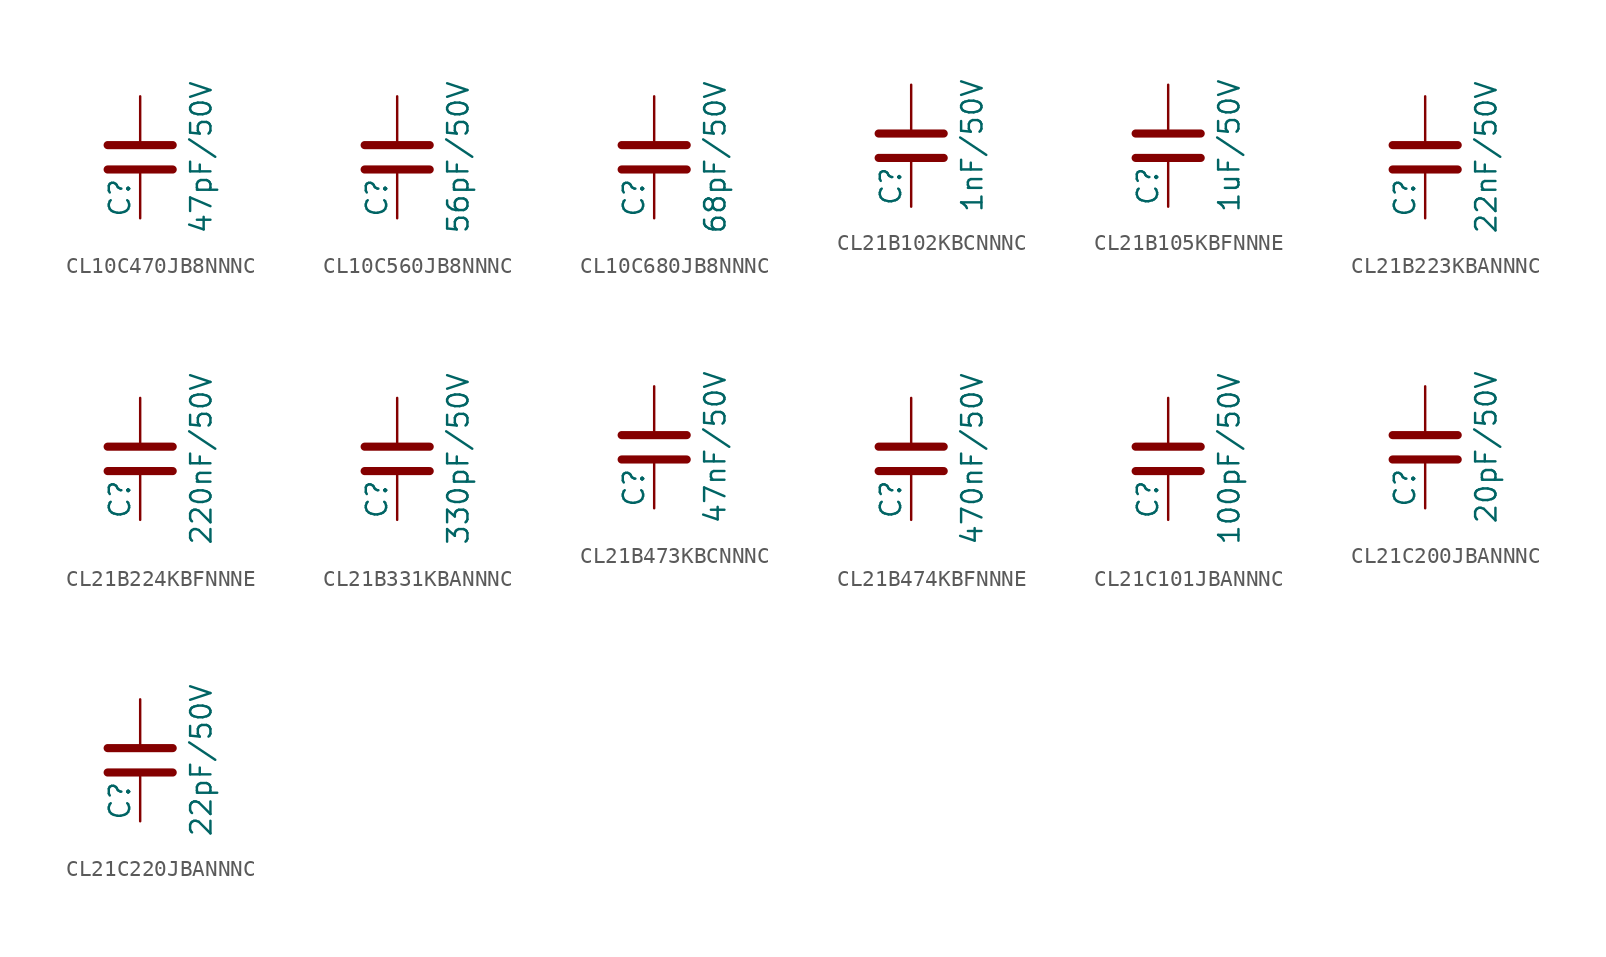
<source format=kicad_sym>
(kicad_symbol_lib
  (version 20211014)
  (generator conandllu_kicad_symbol_generator_20230922_18:37:20)
  (symbol "CL10C470JB8NNNC"
    (pin_numbers hide)
    (pin_names
      (offset 0.254))
    (property "Reference" "C"
      (at -1.27 -3.81 90)
      (effects (font (size 1.27 1.27)) (justify left)))
    (property "Value" "47pF/50V"
      (at 3.81 0 90)
      (effects (font (size 1.27 1.27))))
    (symbol "CL10C470JB8NNNC_0_1"
      (polyline (pts (xy -2.032 -0.762) (xy 2.032 -0.762)) (stroke (width 0.508) (type default)) (fill (type none)))
      (polyline (pts (xy -2.032 0.762) (xy 2.032 0.762)) (stroke (width 0.508) (type default)) (fill (type none))))
    (symbol "CL10C470JB8NNNC_1_1"
      (pin passive line (at 0 3.81 270) (length 2.794) (name "~" (effects (font (size 1.27 1.27)))) (number "1" (effects (font (size 1.27 1.27)))))
      (pin passive line (at 0 -3.81 90) (length 2.794) (name "~" (effects (font (size 1.27 1.27)))) (number "2" (effects (font (size 1.27 1.27)))))))
  (symbol "CL10C560JB8NNNC"
    (pin_numbers hide)
    (pin_names
      (offset 0.254))
    (property "Reference" "C"
      (at -1.27 -3.81 90)
      (effects (font (size 1.27 1.27)) (justify left)))
    (property "Value" "56pF/50V"
      (at 3.81 0 90)
      (effects (font (size 1.27 1.27))))
    (symbol "CL10C560JB8NNNC_0_1"
      (polyline (pts (xy -2.032 -0.762) (xy 2.032 -0.762)) (stroke (width 0.508) (type default)) (fill (type none)))
      (polyline (pts (xy -2.032 0.762) (xy 2.032 0.762)) (stroke (width 0.508) (type default)) (fill (type none))))
    (symbol "CL10C560JB8NNNC_1_1"
      (pin passive line (at 0 3.81 270) (length 2.794) (name "~" (effects (font (size 1.27 1.27)))) (number "1" (effects (font (size 1.27 1.27)))))
      (pin passive line (at 0 -3.81 90) (length 2.794) (name "~" (effects (font (size 1.27 1.27)))) (number "2" (effects (font (size 1.27 1.27)))))))
  (symbol "CL10C680JB8NNNC"
    (pin_numbers hide)
    (pin_names
      (offset 0.254))
    (property "Reference" "C"
      (at -1.27 -3.81 90)
      (effects (font (size 1.27 1.27)) (justify left)))
    (property "Value" "68pF/50V"
      (at 3.81 0 90)
      (effects (font (size 1.27 1.27))))
    (symbol "CL10C680JB8NNNC_0_1"
      (polyline (pts (xy -2.032 -0.762) (xy 2.032 -0.762)) (stroke (width 0.508) (type default)) (fill (type none)))
      (polyline (pts (xy -2.032 0.762) (xy 2.032 0.762)) (stroke (width 0.508) (type default)) (fill (type none))))
    (symbol "CL10C680JB8NNNC_1_1"
      (pin passive line (at 0 3.81 270) (length 2.794) (name "~" (effects (font (size 1.27 1.27)))) (number "1" (effects (font (size 1.27 1.27)))))
      (pin passive line (at 0 -3.81 90) (length 2.794) (name "~" (effects (font (size 1.27 1.27)))) (number "2" (effects (font (size 1.27 1.27)))))))
  (symbol "CL21B102KBCNNNC"
    (pin_numbers hide)
    (pin_names
      (offset 0.254))
    (property "Reference" "C"
      (at -1.27 -3.81 90)
      (effects (font (size 1.27 1.27)) (justify left)))
    (property "Value" "1nF/50V"
      (at 3.81 0 90)
      (effects (font (size 1.27 1.27))))
    (symbol "CL21B102KBCNNNC_0_1"
      (polyline (pts (xy -2.032 -0.762) (xy 2.032 -0.762)) (stroke (width 0.508) (type default)) (fill (type none)))
      (polyline (pts (xy -2.032 0.762) (xy 2.032 0.762)) (stroke (width 0.508) (type default)) (fill (type none))))
    (symbol "CL21B102KBCNNNC_1_1"
      (pin passive line (at 0 3.81 270) (length 2.794) (name "~" (effects (font (size 1.27 1.27)))) (number "1" (effects (font (size 1.27 1.27)))))
      (pin passive line (at 0 -3.81 90) (length 2.794) (name "~" (effects (font (size 1.27 1.27)))) (number "2" (effects (font (size 1.27 1.27)))))))
  (symbol "CL21B105KBFNNNE"
    (pin_numbers hide)
    (pin_names
      (offset 0.254))
    (property "Reference" "C"
      (at -1.27 -3.81 90)
      (effects (font (size 1.27 1.27)) (justify left)))
    (property "Value" "1uF/50V"
      (at 3.81 0 90)
      (effects (font (size 1.27 1.27))))
    (symbol "CL21B105KBFNNNE_0_1"
      (polyline (pts (xy -2.032 -0.762) (xy 2.032 -0.762)) (stroke (width 0.508) (type default)) (fill (type none)))
      (polyline (pts (xy -2.032 0.762) (xy 2.032 0.762)) (stroke (width 0.508) (type default)) (fill (type none))))
    (symbol "CL21B105KBFNNNE_1_1"
      (pin passive line (at 0 3.81 270) (length 2.794) (name "~" (effects (font (size 1.27 1.27)))) (number "1" (effects (font (size 1.27 1.27)))))
      (pin passive line (at 0 -3.81 90) (length 2.794) (name "~" (effects (font (size 1.27 1.27)))) (number "2" (effects (font (size 1.27 1.27)))))))
  (symbol "CL21B223KBANNNC"
    (pin_numbers hide)
    (pin_names
      (offset 0.254))
    (property "Reference" "C"
      (at -1.27 -3.81 90)
      (effects (font (size 1.27 1.27)) (justify left)))
    (property "Value" "22nF/50V"
      (at 3.81 0 90)
      (effects (font (size 1.27 1.27))))
    (symbol "CL21B223KBANNNC_0_1"
      (polyline (pts (xy -2.032 -0.762) (xy 2.032 -0.762)) (stroke (width 0.508) (type default)) (fill (type none)))
      (polyline (pts (xy -2.032 0.762) (xy 2.032 0.762)) (stroke (width 0.508) (type default)) (fill (type none))))
    (symbol "CL21B223KBANNNC_1_1"
      (pin passive line (at 0 3.81 270) (length 2.794) (name "~" (effects (font (size 1.27 1.27)))) (number "1" (effects (font (size 1.27 1.27)))))
      (pin passive line (at 0 -3.81 90) (length 2.794) (name "~" (effects (font (size 1.27 1.27)))) (number "2" (effects (font (size 1.27 1.27)))))))
  (symbol "CL21B224KBFNNNE"
    (pin_numbers hide)
    (pin_names
      (offset 0.254))
    (property "Reference" "C"
      (at -1.27 -3.81 90)
      (effects (font (size 1.27 1.27)) (justify left)))
    (property "Value" "220nF/50V"
      (at 3.81 0 90)
      (effects (font (size 1.27 1.27))))
    (symbol "CL21B224KBFNNNE_0_1"
      (polyline (pts (xy -2.032 -0.762) (xy 2.032 -0.762)) (stroke (width 0.508) (type default)) (fill (type none)))
      (polyline (pts (xy -2.032 0.762) (xy 2.032 0.762)) (stroke (width 0.508) (type default)) (fill (type none))))
    (symbol "CL21B224KBFNNNE_1_1"
      (pin passive line (at 0 3.81 270) (length 2.794) (name "~" (effects (font (size 1.27 1.27)))) (number "1" (effects (font (size 1.27 1.27)))))
      (pin passive line (at 0 -3.81 90) (length 2.794) (name "~" (effects (font (size 1.27 1.27)))) (number "2" (effects (font (size 1.27 1.27)))))))
  (symbol "CL21B331KBANNNC"
    (pin_numbers hide)
    (pin_names
      (offset 0.254))
    (property "Reference" "C"
      (at -1.27 -3.81 90)
      (effects (font (size 1.27 1.27)) (justify left)))
    (property "Value" "330pF/50V"
      (at 3.81 0 90)
      (effects (font (size 1.27 1.27))))
    (symbol "CL21B331KBANNNC_0_1"
      (polyline (pts (xy -2.032 -0.762) (xy 2.032 -0.762)) (stroke (width 0.508) (type default)) (fill (type none)))
      (polyline (pts (xy -2.032 0.762) (xy 2.032 0.762)) (stroke (width 0.508) (type default)) (fill (type none))))
    (symbol "CL21B331KBANNNC_1_1"
      (pin passive line (at 0 3.81 270) (length 2.794) (name "~" (effects (font (size 1.27 1.27)))) (number "1" (effects (font (size 1.27 1.27)))))
      (pin passive line (at 0 -3.81 90) (length 2.794) (name "~" (effects (font (size 1.27 1.27)))) (number "2" (effects (font (size 1.27 1.27)))))))
  (symbol "CL21B473KBCNNNC"
    (pin_numbers hide)
    (pin_names
      (offset 0.254))
    (property "Reference" "C"
      (at -1.27 -3.81 90)
      (effects (font (size 1.27 1.27)) (justify left)))
    (property "Value" "47nF/50V"
      (at 3.81 0 90)
      (effects (font (size 1.27 1.27))))
    (symbol "CL21B473KBCNNNC_0_1"
      (polyline (pts (xy -2.032 -0.762) (xy 2.032 -0.762)) (stroke (width 0.508) (type default)) (fill (type none)))
      (polyline (pts (xy -2.032 0.762) (xy 2.032 0.762)) (stroke (width 0.508) (type default)) (fill (type none))))
    (symbol "CL21B473KBCNNNC_1_1"
      (pin passive line (at 0 3.81 270) (length 2.794) (name "~" (effects (font (size 1.27 1.27)))) (number "1" (effects (font (size 1.27 1.27)))))
      (pin passive line (at 0 -3.81 90) (length 2.794) (name "~" (effects (font (size 1.27 1.27)))) (number "2" (effects (font (size 1.27 1.27)))))))
  (symbol "CL21B474KBFNNNE"
    (pin_numbers hide)
    (pin_names
      (offset 0.254))
    (property "Reference" "C"
      (at -1.27 -3.81 90)
      (effects (font (size 1.27 1.27)) (justify left)))
    (property "Value" "470nF/50V"
      (at 3.81 0 90)
      (effects (font (size 1.27 1.27))))
    (symbol "CL21B474KBFNNNE_0_1"
      (polyline (pts (xy -2.032 -0.762) (xy 2.032 -0.762)) (stroke (width 0.508) (type default)) (fill (type none)))
      (polyline (pts (xy -2.032 0.762) (xy 2.032 0.762)) (stroke (width 0.508) (type default)) (fill (type none))))
    (symbol "CL21B474KBFNNNE_1_1"
      (pin passive line (at 0 3.81 270) (length 2.794) (name "~" (effects (font (size 1.27 1.27)))) (number "1" (effects (font (size 1.27 1.27)))))
      (pin passive line (at 0 -3.81 90) (length 2.794) (name "~" (effects (font (size 1.27 1.27)))) (number "2" (effects (font (size 1.27 1.27)))))))
  (symbol "CL21C101JBANNNC"
    (pin_numbers hide)
    (pin_names
      (offset 0.254))
    (property "Reference" "C"
      (at -1.27 -3.81 90)
      (effects (font (size 1.27 1.27)) (justify left)))
    (property "Value" "100pF/50V"
      (at 3.81 0 90)
      (effects (font (size 1.27 1.27))))
    (symbol "CL21C101JBANNNC_0_1"
      (polyline (pts (xy -2.032 -0.762) (xy 2.032 -0.762)) (stroke (width 0.508) (type default)) (fill (type none)))
      (polyline (pts (xy -2.032 0.762) (xy 2.032 0.762)) (stroke (width 0.508) (type default)) (fill (type none))))
    (symbol "CL21C101JBANNNC_1_1"
      (pin passive line (at 0 3.81 270) (length 2.794) (name "~" (effects (font (size 1.27 1.27)))) (number "1" (effects (font (size 1.27 1.27)))))
      (pin passive line (at 0 -3.81 90) (length 2.794) (name "~" (effects (font (size 1.27 1.27)))) (number "2" (effects (font (size 1.27 1.27)))))))
  (symbol "CL21C200JBANNNC"
    (pin_numbers hide)
    (pin_names
      (offset 0.254))
    (property "Reference" "C"
      (at -1.27 -3.81 90)
      (effects (font (size 1.27 1.27)) (justify left)))
    (property "Value" "20pF/50V"
      (at 3.81 0 90)
      (effects (font (size 1.27 1.27))))
    (symbol "CL21C200JBANNNC_0_1"
      (polyline (pts (xy -2.032 -0.762) (xy 2.032 -0.762)) (stroke (width 0.508) (type default)) (fill (type none)))
      (polyline (pts (xy -2.032 0.762) (xy 2.032 0.762)) (stroke (width 0.508) (type default)) (fill (type none))))
    (symbol "CL21C200JBANNNC_1_1"
      (pin passive line (at 0 3.81 270) (length 2.794) (name "~" (effects (font (size 1.27 1.27)))) (number "1" (effects (font (size 1.27 1.27)))))
      (pin passive line (at 0 -3.81 90) (length 2.794) (name "~" (effects (font (size 1.27 1.27)))) (number "2" (effects (font (size 1.27 1.27)))))))
  (symbol "CL21C220JBANNNC"
    (pin_numbers hide)
    (pin_names
      (offset 0.254))
    (property "Reference" "C"
      (at -1.27 -3.81 90)
      (effects (font (size 1.27 1.27)) (justify left)))
    (property "Value" "22pF/50V"
      (at 3.81 0 90)
      (effects (font (size 1.27 1.27))))
    (symbol "CL21C220JBANNNC_0_1"
      (polyline (pts (xy -2.032 -0.762) (xy 2.032 -0.762)) (stroke (width 0.508) (type default)) (fill (type none)))
      (polyline (pts (xy -2.032 0.762) (xy 2.032 0.762)) (stroke (width 0.508) (type default)) (fill (type none))))
    (symbol "CL21C220JBANNNC_1_1"
      (pin passive line (at 0 3.81 270) (length 2.794) (name "~" (effects (font (size 1.27 1.27)))) (number "1" (effects (font (size 1.27 1.27)))))
      (pin passive line (at 0 -3.81 90) (length 2.794) (name "~" (effects (font (size 1.27 1.27)))) (number "2" (effects (font (size 1.27 1.27))))))))
</source>
